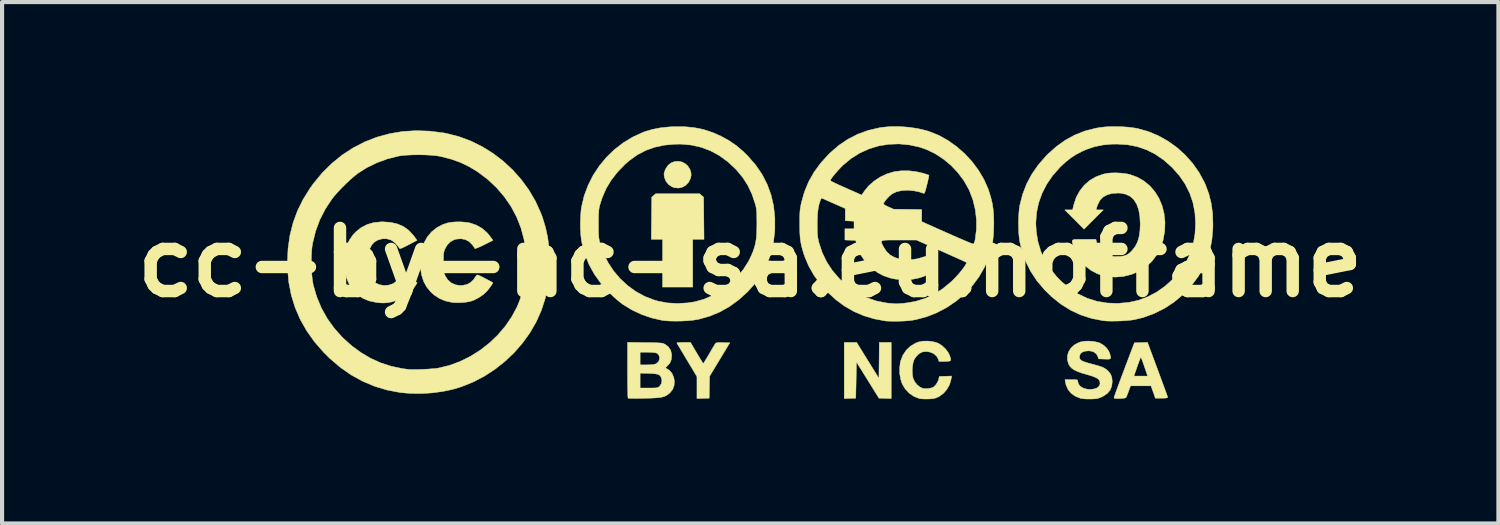
<source format=kicad_pcb>
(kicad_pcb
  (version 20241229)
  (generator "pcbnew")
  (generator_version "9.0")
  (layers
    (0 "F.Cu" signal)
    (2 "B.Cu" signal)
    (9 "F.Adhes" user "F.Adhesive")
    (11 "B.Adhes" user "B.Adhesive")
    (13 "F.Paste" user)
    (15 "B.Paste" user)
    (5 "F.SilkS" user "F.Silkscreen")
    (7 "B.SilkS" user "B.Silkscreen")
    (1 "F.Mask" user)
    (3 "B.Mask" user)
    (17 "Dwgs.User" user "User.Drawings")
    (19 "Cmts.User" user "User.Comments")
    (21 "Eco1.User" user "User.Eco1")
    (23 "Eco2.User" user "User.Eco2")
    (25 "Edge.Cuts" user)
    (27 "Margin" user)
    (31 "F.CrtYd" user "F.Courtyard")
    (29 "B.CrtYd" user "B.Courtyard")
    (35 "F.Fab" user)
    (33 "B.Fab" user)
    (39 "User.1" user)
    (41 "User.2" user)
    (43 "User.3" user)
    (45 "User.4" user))
  (footprint "cc-by-nc-sa.eu.noframe"
    (layer "F.Cu")
    (at 15.066 3.288)
    (property "Reference" "cc-by-nc-sa.eu.noframe" (at 0 0 0) (layer "F.SilkS") (effects (font (size 1.524 1.524) (thickness 0.3))))
    (attr through_hole)
    (fp_poly (pts (xy -1.174 -1.619) (xy -1.126 -1.578) (xy -1.121 -1.068) (xy -1.116 -0.559) (xy -1.389 -0.559) (xy -1.389 0.593) (xy -2.117 0.593) (xy -2.117 -0.559) (xy -2.389 -0.559) (xy -2.384 -1.068) (xy -2.379 -1.578) (xy -2.332 -1.619) (xy -2.284 -1.659) (xy -1.221 -1.659) (xy -1.174 -1.619)) (stroke (width 0.01) (type solid)) (fill yes) (layer "F.SilkS"))
    (fp_poly (pts (xy 2.838 2.364) (xy 3.107 2.798) (xy 3.112 2.364) (xy 3.116 1.93) (xy 3.404 1.93) (xy 3.404 3.286) (xy 3.256 3.281) (xy 3.108 3.277) (xy 2.837 2.841) (xy 2.565 2.404) (xy 2.557 2.841) (xy 2.548 3.277) (xy 2.269 3.286) (xy 2.269 1.93) (xy 2.569 1.93) (xy 2.838 2.364)) (stroke (width 0.01) (type solid)) (fill yes) (layer "F.SilkS"))
    (fp_poly (pts (xy -1.655 -2.428) (xy -1.575 -2.39) (xy -1.507 -2.33) (xy -1.456 -2.249) (xy -1.43 -2.164) (xy -1.428 -2.099) (xy -1.44 -2.037) (xy -1.486 -1.941) (xy -1.553 -1.868) (xy -1.636 -1.819) (xy -1.729 -1.797) (xy -1.827 -1.805) (xy -1.889 -1.827) (xy -1.972 -1.882) (xy -2.035 -1.961) (xy -2.073 -2.055) (xy -2.083 -2.135) (xy -2.075 -2.174) (xy -2.056 -2.228) (xy -2.039 -2.266) (xy -1.982 -2.349) (xy -1.909 -2.406) (xy -1.827 -2.437) (xy -1.74 -2.445) (xy -1.655 -2.428)) (stroke (width 0.01) (type solid)) (fill yes) (layer "F.SilkS"))
    (fp_poly (pts (xy -1.293 2.184) (xy -1.244 2.267) (xy -1.201 2.338) (xy -1.166 2.394) (xy -1.143 2.429) (xy -1.135 2.438) (xy -1.123 2.425) (xy -1.098 2.386) (xy -1.063 2.329) (xy -1.02 2.257) (xy -0.992 2.21) (xy -0.945 2.129) (xy -0.903 2.058) (xy -0.868 2.001) (xy -0.846 1.964) (xy -0.84 1.955) (xy -0.824 1.943) (xy -0.795 1.936) (xy -0.747 1.933) (xy -0.672 1.934) (xy -0.657 1.934) (xy -0.493 1.939) (xy -0.737 2.343) (xy -0.981 2.746) (xy -0.986 3.011) (xy -0.991 3.277) (xy -1.139 3.281) (xy -1.287 3.286) (xy -1.287 2.757) (xy -1.527 2.356) (xy -1.59 2.251) (xy -1.647 2.155) (xy -1.696 2.073) (xy -1.735 2.007) (xy -1.761 1.963) (xy -1.773 1.943) (xy -1.773 1.943) (xy -1.76 1.938) (xy -1.721 1.934) (xy -1.661 1.931) (xy -1.611 1.93) (xy -1.442 1.93) (xy -1.293 2.184)) (stroke (width 0.01) (type solid)) (fill yes) (layer "F.SilkS"))
    (fp_poly (pts (xy 9.834 2.578) (xy 9.886 2.719) (xy 9.935 2.851) (xy 9.978 2.97) (xy 10.016 3.072) (xy 10.046 3.155) (xy 10.067 3.214) (xy 10.078 3.247) (xy 10.079 3.251) (xy 10.076 3.264) (xy 10.057 3.271) (xy 10.017 3.275) (xy 9.951 3.277) (xy 9.933 3.277) (xy 9.782 3.277) (xy 9.73 3.128) (xy 9.677 2.98) (xy 9.43 2.98) (xy 9.182 2.98) (xy 9.135 3.111) (xy 9.111 3.175) (xy 9.09 3.228) (xy 9.074 3.26) (xy 9.072 3.264) (xy 9.049 3.273) (xy 9.003 3.28) (xy 8.944 3.284) (xy 8.883 3.286) (xy 8.829 3.284) (xy 8.792 3.278) (xy 8.783 3.272) (xy 8.787 3.254) (xy 8.802 3.208) (xy 8.827 3.137) (xy 8.86 3.044) (xy 8.901 2.933) (xy 8.948 2.807) (xy 8.972 2.743) (xy 9.264 2.743) (xy 9.596 2.743) (xy 9.518 2.515) (xy 9.49 2.433) (xy 9.465 2.365) (xy 9.446 2.314) (xy 9.434 2.288) (xy 9.432 2.286) (xy 9.424 2.301) (xy 9.407 2.343) (xy 9.383 2.405) (xy 9.355 2.482) (xy 9.344 2.515) (xy 9.264 2.743) (xy 8.972 2.743) (xy 8.999 2.67) (xy 9.026 2.599) (xy 9.276 1.939) (xy 9.435 1.934) (xy 9.593 1.93) (xy 9.834 2.578)) (stroke (width 0.01) (type solid)) (fill yes) (layer "F.SilkS"))
    (fp_poly (pts (xy 4.402 1.91) (xy 4.509 1.939) (xy 4.543 1.953) (xy 4.632 2.01) (xy 4.713 2.085) (xy 4.778 2.17) (xy 4.816 2.247) (xy 4.837 2.312) (xy 4.843 2.353) (xy 4.83 2.375) (xy 4.794 2.385) (xy 4.73 2.388) (xy 4.7 2.388) (xy 4.558 2.388) (xy 4.539 2.331) (xy 4.499 2.26) (xy 4.435 2.205) (xy 4.354 2.167) (xy 4.265 2.15) (xy 4.175 2.157) (xy 4.137 2.169) (xy 4.068 2.209) (xy 4.004 2.275) (xy 3.958 2.345) (xy 3.934 2.413) (xy 3.919 2.503) (xy 3.912 2.603) (xy 3.916 2.701) (xy 3.93 2.786) (xy 3.936 2.808) (xy 3.974 2.884) (xy 4.03 2.954) (xy 4.097 3.008) (xy 4.165 3.039) (xy 4.174 3.041) (xy 4.255 3.047) (xy 4.337 3.039) (xy 4.406 3.018) (xy 4.434 3.002) (xy 4.49 2.944) (xy 4.534 2.867) (xy 4.554 2.805) (xy 4.565 2.752) (xy 4.863 2.742) (xy 4.851 2.814) (xy 4.815 2.943) (xy 4.752 3.059) (xy 4.667 3.159) (xy 4.564 3.234) (xy 4.542 3.246) (xy 4.486 3.27) (xy 4.433 3.285) (xy 4.37 3.293) (xy 4.294 3.296) (xy 4.218 3.297) (xy 4.149 3.294) (xy 4.099 3.289) (xy 4.087 3.287) (xy 3.956 3.236) (xy 3.839 3.157) (xy 3.742 3.053) (xy 3.671 2.935) (xy 3.632 2.82) (xy 3.61 2.688) (xy 3.607 2.55) (xy 3.623 2.418) (xy 3.632 2.377) (xy 3.686 2.239) (xy 3.766 2.119) (xy 3.869 2.021) (xy 3.991 1.948) (xy 4.06 1.921) (xy 4.165 1.9) (xy 4.283 1.897) (xy 4.402 1.91)) (stroke (width 0.01) (type solid)) (fill yes) (layer "F.SilkS"))
    (fp_poly (pts (xy -8.686 -0.969) (xy -8.52 -0.931) (xy -8.374 -0.868) (xy -8.248 -0.777) (xy -8.138 -0.66) (xy -8.126 -0.644) (xy -8.046 -0.535) (xy -8.252 -0.427) (xy -8.335 -0.384) (xy -8.393 -0.356) (xy -8.431 -0.34) (xy -8.455 -0.335) (xy -8.468 -0.34) (xy -8.475 -0.349) (xy -8.519 -0.409) (xy -8.577 -0.471) (xy -8.639 -0.521) (xy -8.678 -0.544) (xy -8.779 -0.572) (xy -8.887 -0.571) (xy -8.992 -0.542) (xy -9.072 -0.496) (xy -9.135 -0.43) (xy -9.184 -0.34) (xy -9.217 -0.232) (xy -9.237 -0.113) (xy -9.241 0.011) (xy -9.231 0.134) (xy -9.207 0.25) (xy -9.169 0.353) (xy -9.116 0.436) (xy -9.061 0.486) (xy -8.961 0.534) (xy -8.85 0.555) (xy -8.736 0.548) (xy -8.63 0.513) (xy -8.616 0.505) (xy -8.566 0.47) (xy -8.513 0.42) (xy -8.466 0.365) (xy -8.435 0.316) (xy -8.429 0.303) (xy -8.412 0.301) (xy -8.366 0.317) (xy -8.295 0.351) (xy -8.237 0.381) (xy -8.166 0.419) (xy -8.106 0.451) (xy -8.064 0.474) (xy -8.045 0.485) (xy -8.045 0.485) (xy -8.05 0.501) (xy -8.071 0.537) (xy -8.102 0.584) (xy -8.103 0.585) (xy -8.214 0.718) (xy -8.346 0.825) (xy -8.497 0.904) (xy -8.663 0.954) (xy -8.68 0.957) (xy -8.772 0.972) (xy -8.848 0.978) (xy -8.924 0.976) (xy -9.014 0.967) (xy -9.034 0.964) (xy -9.206 0.927) (xy -9.358 0.862) (xy -9.49 0.772) (xy -9.6 0.657) (xy -9.687 0.521) (xy -9.751 0.363) (xy -9.789 0.186) (xy -9.802 -0.008) (xy -9.8 -0.075) (xy -9.781 -0.252) (xy -9.743 -0.404) (xy -9.681 -0.539) (xy -9.596 -0.661) (xy -9.526 -0.737) (xy -9.397 -0.841) (xy -9.253 -0.916) (xy -9.092 -0.963) (xy -8.912 -0.981) (xy -8.874 -0.982) (xy -8.686 -0.969)) (stroke (width 0.01) (type solid)) (fill yes) (layer "F.SilkS"))
    (fp_poly (pts (xy -6.873 -0.972) (xy -6.777 -0.957) (xy -6.777 -0.957) (xy -6.615 -0.903) (xy -6.473 -0.822) (xy -6.351 -0.714) (xy -6.287 -0.636) (xy -6.212 -0.535) (xy -6.429 -0.426) (xy -6.52 -0.382) (xy -6.59 -0.352) (xy -6.634 -0.337) (xy -6.652 -0.338) (xy -6.652 -0.338) (xy -6.665 -0.362) (xy -6.692 -0.402) (xy -6.712 -0.429) (xy -6.79 -0.506) (xy -6.884 -0.555) (xy -6.989 -0.574) (xy -7.101 -0.563) (xy -7.148 -0.55) (xy -7.241 -0.499) (xy -7.318 -0.42) (xy -7.369 -0.332) (xy -7.385 -0.294) (xy -7.396 -0.256) (xy -7.403 -0.211) (xy -7.407 -0.151) (xy -7.408 -0.07) (xy -7.408 -0.008) (xy -7.408 0.089) (xy -7.406 0.16) (xy -7.401 0.212) (xy -7.392 0.254) (xy -7.379 0.291) (xy -7.368 0.318) (xy -7.306 0.417) (xy -7.223 0.491) (xy -7.122 0.538) (xy -7.008 0.557) (xy -6.942 0.553) (xy -6.842 0.531) (xy -6.758 0.486) (xy -6.683 0.416) (xy -6.614 0.316) (xy -6.612 0.314) (xy -6.602 0.303) (xy -6.586 0.301) (xy -6.558 0.309) (xy -6.514 0.329) (xy -6.447 0.362) (xy -6.409 0.382) (xy -6.338 0.42) (xy -6.278 0.452) (xy -6.235 0.474) (xy -6.217 0.485) (xy -6.216 0.485) (xy -6.22 0.502) (xy -6.241 0.537) (xy -6.273 0.585) (xy -6.313 0.637) (xy -6.354 0.688) (xy -6.363 0.698) (xy -6.449 0.777) (xy -6.555 0.849) (xy -6.667 0.907) (xy -6.73 0.93) (xy -6.851 0.957) (xy -6.988 0.971) (xy -7.124 0.971) (xy -7.194 0.965) (xy -7.357 0.93) (xy -7.499 0.872) (xy -7.629 0.788) (xy -7.714 0.712) (xy -7.812 0.594) (xy -7.886 0.459) (xy -7.936 0.303) (xy -7.965 0.124) (xy -7.969 0.068) (xy -7.966 -0.126) (xy -7.936 -0.305) (xy -7.88 -0.469) (xy -7.799 -0.614) (xy -7.695 -0.739) (xy -7.568 -0.841) (xy -7.422 -0.918) (xy -7.306 -0.956) (xy -7.216 -0.972) (xy -7.105 -0.98) (xy -6.987 -0.98) (xy -6.873 -0.972)) (stroke (width 0.01) (type solid)) (fill yes) (layer "F.SilkS"))
    (fp_poly (pts (xy 8.954 -2.158) (xy 9.073 -2.144) (xy 9.168 -2.125) (xy 9.348 -2.059) (xy 9.509 -1.966) (xy 9.651 -1.848) (xy 9.772 -1.708) (xy 9.87 -1.549) (xy 9.944 -1.372) (xy 9.993 -1.18) (xy 10.015 -0.976) (xy 10.008 -0.762) (xy 10.006 -0.745) (xy 9.968 -0.536) (xy 9.902 -0.345) (xy 9.81 -0.174) (xy 9.694 -0.023) (xy 9.555 0.105) (xy 9.394 0.209) (xy 9.214 0.286) (xy 9.015 0.336) (xy 9.003 0.338) (xy 8.815 0.353) (xy 8.625 0.34) (xy 8.56 0.328) (xy 8.387 0.274) (xy 8.23 0.192) (xy 8.09 0.084) (xy 7.971 -0.046) (xy 7.877 -0.197) (xy 7.81 -0.364) (xy 7.799 -0.402) (xy 7.784 -0.458) (xy 7.775 -0.499) (xy 7.776 -0.527) (xy 7.792 -0.545) (xy 7.826 -0.555) (xy 7.882 -0.558) (xy 7.965 -0.559) (xy 8.06 -0.559) (xy 8.347 -0.559) (xy 8.358 -0.512) (xy 8.388 -0.402) (xy 8.427 -0.319) (xy 8.478 -0.256) (xy 8.547 -0.207) (xy 8.583 -0.188) (xy 8.633 -0.167) (xy 8.679 -0.154) (xy 8.733 -0.147) (xy 8.804 -0.144) (xy 8.848 -0.144) (xy 8.954 -0.148) (xy 9.036 -0.162) (xy 9.103 -0.189) (xy 9.165 -0.234) (xy 9.222 -0.291) (xy 9.297 -0.388) (xy 9.353 -0.498) (xy 9.39 -0.626) (xy 9.411 -0.775) (xy 9.417 -0.931) (xy 9.407 -1.12) (xy 9.378 -1.28) (xy 9.329 -1.413) (xy 9.261 -1.519) (xy 9.173 -1.598) (xy 9.066 -1.649) (xy 8.938 -1.674) (xy 8.88 -1.676) (xy 8.735 -1.666) (xy 8.614 -1.633) (xy 8.517 -1.578) (xy 8.442 -1.498) (xy 8.388 -1.393) (xy 8.368 -1.333) (xy 8.351 -1.27) (xy 8.526 -1.27) (xy 8.293 -1.037) (xy 8.06 -0.804) (xy 7.595 -1.27) (xy 7.783 -1.27) (xy 7.811 -1.388) (xy 7.87 -1.568) (xy 7.956 -1.728) (xy 8.065 -1.866) (xy 8.197 -1.981) (xy 8.349 -2.07) (xy 8.519 -2.132) (xy 8.611 -2.152) (xy 8.71 -2.162) (xy 8.829 -2.164) (xy 8.954 -2.158)) (stroke (width 0.01) (type solid)) (fill yes) (layer "F.SilkS"))
    (fp_poly (pts (xy -2.544 1.934) (xy -2.414 1.935) (xy -2.313 1.937) (xy -2.237 1.94) (xy -2.181 1.943) (xy -2.139 1.948) (xy -2.109 1.954) (xy -2.084 1.963) (xy -2.06 1.975) (xy -2.049 1.981) (xy -1.971 2.043) (xy -1.92 2.124) (xy -1.898 2.222) (xy -1.897 2.248) (xy -1.908 2.351) (xy -1.942 2.433) (xy -2 2.496) (xy -2.033 2.528) (xy -2.041 2.548) (xy -2.037 2.551) (xy -1.953 2.602) (xy -1.889 2.678) (xy -1.847 2.775) (xy -1.832 2.856) (xy -1.838 2.968) (xy -1.874 3.066) (xy -1.941 3.148) (xy -1.951 3.157) (xy -1.993 3.191) (xy -2.035 3.218) (xy -2.082 3.238) (xy -2.138 3.253) (xy -2.208 3.264) (xy -2.297 3.271) (xy -2.411 3.276) (xy -2.553 3.28) (xy -2.557 3.28) (xy -2.667 3.282) (xy -2.766 3.283) (xy -2.849 3.282) (xy -2.91 3.28) (xy -2.945 3.277) (xy -2.951 3.276) (xy -2.953 3.256) (xy -2.956 3.207) (xy -2.958 3.131) (xy -2.96 3.032) (xy -2.96 3.031) (xy -2.659 3.031) (xy -2.446 3.031) (xy -2.357 3.031) (xy -2.296 3.029) (xy -2.255 3.025) (xy -2.228 3.017) (xy -2.207 3.004) (xy -2.186 2.985) (xy -2.183 2.982) (xy -2.143 2.919) (xy -2.133 2.846) (xy -2.152 2.773) (xy -2.172 2.739) (xy -2.2 2.714) (xy -2.242 2.698) (xy -2.303 2.687) (xy -2.389 2.681) (xy -2.451 2.678) (xy -2.659 2.672) (xy -2.659 3.031) (xy -2.96 3.031) (xy -2.962 2.915) (xy -2.963 2.782) (xy -2.963 2.637) (xy -2.963 2.595) (xy -2.963 2.167) (xy -2.659 2.167) (xy -2.659 2.472) (xy -2.493 2.472) (xy -2.402 2.47) (xy -2.336 2.463) (xy -2.287 2.451) (xy -2.269 2.443) (xy -2.22 2.402) (xy -2.194 2.348) (xy -2.19 2.289) (xy -2.209 2.234) (xy -2.251 2.193) (xy -2.263 2.187) (xy -2.297 2.179) (xy -2.356 2.172) (xy -2.429 2.168) (xy -2.482 2.167) (xy -2.659 2.167) (xy -2.963 2.167) (xy -2.963 1.928) (xy -2.544 1.934)) (stroke (width 0.01) (type solid)) (fill yes) (layer "F.SilkS"))
    (fp_poly (pts (xy 8.303 1.909) (xy 8.407 1.932) (xy 8.446 1.947) (xy 8.534 1.999) (xy 8.609 2.07) (xy 8.663 2.152) (xy 8.685 2.209) (xy 8.699 2.269) (xy 8.703 2.307) (xy 8.69 2.327) (xy 8.655 2.335) (xy 8.595 2.334) (xy 8.558 2.333) (xy 8.412 2.328) (xy 8.393 2.27) (xy 8.355 2.204) (xy 8.292 2.159) (xy 8.208 2.136) (xy 8.167 2.134) (xy 8.074 2.143) (xy 8.006 2.172) (xy 7.964 2.218) (xy 7.951 2.28) (xy 7.954 2.31) (xy 7.965 2.336) (xy 7.987 2.36) (xy 8.027 2.383) (xy 8.087 2.406) (xy 8.173 2.432) (xy 8.287 2.462) (xy 8.289 2.463) (xy 8.399 2.493) (xy 8.483 2.521) (xy 8.546 2.549) (xy 8.597 2.581) (xy 8.641 2.621) (xy 8.648 2.627) (xy 8.7 2.695) (xy 8.73 2.768) (xy 8.74 2.859) (xy 8.741 2.879) (xy 8.728 2.99) (xy 8.69 3.083) (xy 8.624 3.16) (xy 8.528 3.226) (xy 8.504 3.238) (xy 8.448 3.264) (xy 8.4 3.281) (xy 8.349 3.29) (xy 8.283 3.295) (xy 8.222 3.297) (xy 8.127 3.297) (xy 8.043 3.291) (xy 7.98 3.281) (xy 7.974 3.28) (xy 7.849 3.23) (xy 7.747 3.158) (xy 7.672 3.065) (xy 7.624 2.954) (xy 7.612 2.9) (xy 7.6 2.828) (xy 7.754 2.828) (xy 7.827 2.828) (xy 7.872 2.831) (xy 7.896 2.837) (xy 7.906 2.848) (xy 7.908 2.863) (xy 7.924 2.932) (xy 7.968 2.989) (xy 8.037 3.032) (xy 8.126 3.058) (xy 8.204 3.065) (xy 8.299 3.055) (xy 8.373 3.029) (xy 8.423 2.987) (xy 8.447 2.933) (xy 8.441 2.87) (xy 8.44 2.867) (xy 8.418 2.829) (xy 8.377 2.796) (xy 8.313 2.765) (xy 8.223 2.733) (xy 8.14 2.709) (xy 8.004 2.67) (xy 7.898 2.631) (xy 7.817 2.592) (xy 7.757 2.548) (xy 7.714 2.498) (xy 7.686 2.449) (xy 7.657 2.348) (xy 7.66 2.247) (xy 7.69 2.15) (xy 7.747 2.063) (xy 7.827 1.99) (xy 7.928 1.935) (xy 7.974 1.919) (xy 8.073 1.901) (xy 8.187 1.898) (xy 8.303 1.909)) (stroke (width 0.01) (type solid)) (fill yes) (layer "F.SilkS"))
    (fp_poly (pts (xy 8.957 -3.279) (xy 9.132 -3.267) (xy 9.292 -3.246) (xy 9.356 -3.234) (xy 9.61 -3.163) (xy 9.855 -3.061) (xy 10.088 -2.93) (xy 10.306 -2.774) (xy 10.505 -2.593) (xy 10.684 -2.392) (xy 10.839 -2.171) (xy 10.967 -1.934) (xy 10.992 -1.878) (xy 11.075 -1.654) (xy 11.132 -1.423) (xy 11.165 -1.179) (xy 11.173 -0.918) (xy 11.171 -0.823) (xy 11.148 -0.554) (xy 11.102 -0.305) (xy 11.03 -0.073) (xy 10.931 0.147) (xy 10.813 0.345) (xy 10.642 0.573) (xy 10.447 0.777) (xy 10.233 0.957) (xy 10 1.109) (xy 9.752 1.233) (xy 9.491 1.328) (xy 9.278 1.38) (xy 9.192 1.393) (xy 9.083 1.403) (xy 8.96 1.411) (xy 8.833 1.415) (xy 8.711 1.416) (xy 8.603 1.413) (xy 8.519 1.405) (xy 8.517 1.405) (xy 8.243 1.351) (xy 7.984 1.268) (xy 7.737 1.153) (xy 7.504 1.008) (xy 7.282 0.831) (xy 7.104 0.657) (xy 6.924 0.445) (xy 6.776 0.222) (xy 6.657 -0.015) (xy 6.565 -0.269) (xy 6.508 -0.502) (xy 6.493 -0.608) (xy 6.482 -0.738) (xy 6.478 -0.882) (xy 6.478 -0.953) (xy 6.896 -0.953) (xy 6.907 -0.745) (xy 6.948 -0.498) (xy 7.017 -0.267) (xy 7.116 -0.05) (xy 7.245 0.154) (xy 7.406 0.349) (xy 7.508 0.454) (xy 7.706 0.622) (xy 7.916 0.759) (xy 8.138 0.864) (xy 8.371 0.937) (xy 8.615 0.978) (xy 8.87 0.988) (xy 9.136 0.965) (xy 9.152 0.962) (xy 9.379 0.911) (xy 9.6 0.828) (xy 9.815 0.714) (xy 10.019 0.57) (xy 10.21 0.398) (xy 10.238 0.371) (xy 10.398 0.183) (xy 10.528 -0.015) (xy 10.628 -0.224) (xy 10.698 -0.448) (xy 10.739 -0.688) (xy 10.753 -0.947) (xy 10.753 -0.947) (xy 10.737 -1.202) (xy 10.69 -1.445) (xy 10.611 -1.676) (xy 10.501 -1.894) (xy 10.359 -2.101) (xy 10.185 -2.296) (xy 10.178 -2.303) (xy 9.985 -2.474) (xy 9.783 -2.613) (xy 9.571 -2.72) (xy 9.347 -2.797) (xy 9.109 -2.843) (xy 8.856 -2.859) (xy 8.73 -2.857) (xy 8.511 -2.837) (xy 8.31 -2.795) (xy 8.116 -2.729) (xy 8.016 -2.685) (xy 7.872 -2.61) (xy 7.744 -2.528) (xy 7.621 -2.431) (xy 7.493 -2.313) (xy 7.476 -2.295) (xy 7.302 -2.098) (xy 7.158 -1.888) (xy 7.045 -1.666) (xy 6.963 -1.435) (xy 6.913 -1.197) (xy 6.896 -0.953) (xy 6.478 -0.953) (xy 6.478 -1.03) (xy 6.485 -1.172) (xy 6.496 -1.298) (xy 6.508 -1.377) (xy 6.576 -1.642) (xy 6.671 -1.891) (xy 6.796 -2.127) (xy 6.951 -2.351) (xy 7.138 -2.566) (xy 7.179 -2.609) (xy 7.389 -2.797) (xy 7.608 -2.954) (xy 7.839 -3.08) (xy 8.083 -3.176) (xy 8.343 -3.242) (xy 8.452 -3.261) (xy 8.605 -3.277) (xy 8.777 -3.282) (xy 8.957 -3.279)) (stroke (width 0.01) (type solid)) (fill yes) (layer "F.SilkS"))
    (fp_poly (pts (xy -1.588 -3.279) (xy -1.35 -3.256) (xy -1.126 -3.21) (xy -0.908 -3.139) (xy -0.703 -3.048) (xy -0.513 -2.943) (xy -0.339 -2.824) (xy -0.172 -2.683) (xy -0.051 -2.563) (xy 0.135 -2.348) (xy 0.289 -2.122) (xy 0.411 -1.883) (xy 0.503 -1.631) (xy 0.564 -1.366) (xy 0.594 -1.086) (xy 0.594 -0.792) (xy 0.591 -0.741) (xy 0.557 -0.462) (xy 0.495 -0.201) (xy 0.403 0.044) (xy 0.281 0.275) (xy 0.128 0.493) (xy -0.056 0.7) (xy -0.067 0.711) (xy -0.281 0.904) (xy -0.503 1.065) (xy -0.737 1.196) (xy -0.984 1.298) (xy -1.248 1.372) (xy -1.262 1.375) (xy -1.374 1.393) (xy -1.509 1.406) (xy -1.658 1.414) (xy -1.81 1.416) (xy -1.954 1.413) (xy -2.081 1.403) (xy -2.132 1.396) (xy -2.378 1.34) (xy -2.623 1.256) (xy -2.859 1.145) (xy -3.076 1.012) (xy -3.089 1.003) (xy -3.152 0.954) (xy -3.23 0.889) (xy -3.313 0.814) (xy -3.393 0.738) (xy -3.412 0.72) (xy -3.604 0.507) (xy -3.763 0.285) (xy -3.892 0.051) (xy -3.991 -0.196) (xy -4.061 -0.458) (xy -4.075 -0.53) (xy -4.091 -0.658) (xy -4.1 -0.807) (xy -4.102 -0.931) (xy -3.665 -0.931) (xy -3.665 -0.811) (xy -3.663 -0.718) (xy -3.66 -0.646) (xy -3.654 -0.587) (xy -3.645 -0.535) (xy -3.633 -0.484) (xy -3.628 -0.464) (xy -3.547 -0.228) (xy -3.437 -0.005) (xy -3.301 0.202) (xy -3.142 0.39) (xy -2.961 0.557) (xy -2.763 0.701) (xy -2.549 0.818) (xy -2.322 0.906) (xy -2.229 0.933) (xy -1.999 0.976) (xy -1.757 0.99) (xy -1.513 0.976) (xy -1.34 0.949) (xy -1.116 0.886) (xy -0.898 0.792) (xy -0.691 0.671) (xy -0.498 0.525) (xy -0.323 0.358) (xy -0.17 0.173) (xy -0.042 -0.027) (xy 0.027 -0.169) (xy 0.072 -0.278) (xy 0.105 -0.378) (xy 0.129 -0.476) (xy 0.146 -0.582) (xy 0.155 -0.701) (xy 0.159 -0.842) (xy 0.16 -0.94) (xy 0.159 -1.063) (xy 0.157 -1.158) (xy 0.153 -1.232) (xy 0.147 -1.292) (xy 0.139 -1.343) (xy 0.127 -1.393) (xy 0.123 -1.406) (xy 0.044 -1.643) (xy -0.057 -1.858) (xy -0.182 -2.054) (xy -0.335 -2.237) (xy -0.349 -2.252) (xy -0.542 -2.433) (xy -0.745 -2.581) (xy -0.96 -2.697) (xy -1.186 -2.782) (xy -1.424 -2.835) (xy -1.675 -2.858) (xy -1.82 -2.856) (xy -2.075 -2.833) (xy -2.31 -2.782) (xy -2.528 -2.704) (xy -2.731 -2.597) (xy -2.922 -2.459) (xy -3.025 -2.369) (xy -3.207 -2.181) (xy -3.358 -1.987) (xy -3.48 -1.784) (xy -3.574 -1.567) (xy -3.628 -1.4) (xy -3.641 -1.347) (xy -3.651 -1.296) (xy -3.658 -1.24) (xy -3.662 -1.174) (xy -3.664 -1.09) (xy -3.665 -0.981) (xy -3.665 -0.931) (xy -4.102 -0.931) (xy -4.102 -0.967) (xy -4.096 -1.125) (xy -4.084 -1.27) (xy -4.073 -1.346) (xy -4.01 -1.61) (xy -3.916 -1.863) (xy -3.794 -2.105) (xy -3.645 -2.331) (xy -3.473 -2.539) (xy -3.278 -2.728) (xy -3.063 -2.893) (xy -2.831 -3.033) (xy -2.584 -3.145) (xy -2.526 -3.166) (xy -2.351 -3.217) (xy -2.162 -3.253) (xy -1.951 -3.274) (xy -1.846 -3.28) (xy -1.588 -3.279)) (stroke (width 0.01) (type solid)) (fill yes) (layer "F.SilkS"))
    (fp_poly (pts (xy -7.74 -3.172) (xy -7.403 -3.129) (xy -7.324 -3.114) (xy -7.029 -3.038) (xy -6.742 -2.931) (xy -6.468 -2.795) (xy -6.207 -2.632) (xy -5.962 -2.445) (xy -5.735 -2.234) (xy -5.53 -2.003) (xy -5.347 -1.753) (xy -5.19 -1.486) (xy -5.061 -1.205) (xy -5.014 -1.079) (xy -4.941 -0.836) (xy -4.889 -0.593) (xy -4.858 -0.342) (xy -4.846 -0.076) (xy -4.848 0.11) (xy -4.856 0.289) (xy -4.869 0.445) (xy -4.89 0.591) (xy -4.919 0.736) (xy -4.954 0.88) (xy -5.046 1.162) (xy -5.168 1.435) (xy -5.319 1.695) (xy -5.496 1.942) (xy -5.697 2.173) (xy -5.918 2.384) (xy -6.159 2.575) (xy -6.416 2.743) (xy -6.688 2.885) (xy -6.971 2.999) (xy -7.192 3.066) (xy -7.427 3.115) (xy -7.68 3.149) (xy -7.939 3.165) (xy -8.194 3.163) (xy -8.432 3.143) (xy -8.45 3.141) (xy -8.765 3.081) (xy -9.068 2.991) (xy -9.358 2.869) (xy -9.636 2.716) (xy -9.901 2.531) (xy -10.154 2.315) (xy -10.304 2.166) (xy -10.523 1.914) (xy -10.71 1.651) (xy -10.865 1.378) (xy -10.988 1.093) (xy -11.081 0.796) (xy -11.142 0.485) (xy -11.172 0.161) (xy -11.176 -0.000444) (xy -11.175 -0.011) (xy -10.598 -0.011) (xy -10.595 0.138) (xy -10.587 0.283) (xy -10.574 0.414) (xy -10.556 0.523) (xy -10.552 0.543) (xy -10.469 0.828) (xy -10.355 1.1) (xy -10.212 1.356) (xy -10.04 1.595) (xy -9.841 1.816) (xy -9.616 2.018) (xy -9.395 2.179) (xy -9.164 2.315) (xy -8.924 2.423) (xy -8.672 2.505) (xy -8.401 2.562) (xy -8.263 2.581) (xy -8.201 2.585) (xy -8.112 2.586) (xy -8.007 2.584) (xy -7.894 2.58) (xy -7.78 2.574) (xy -7.674 2.566) (xy -7.585 2.558) (xy -7.531 2.55) (xy -7.265 2.485) (xy -7.006 2.39) (xy -6.757 2.266) (xy -6.52 2.117) (xy -6.299 1.945) (xy -6.097 1.752) (xy -5.916 1.541) (xy -5.761 1.314) (xy -5.632 1.075) (xy -5.566 0.914) (xy -5.494 0.68) (xy -5.445 0.427) (xy -5.417 0.163) (xy -5.413 -0.103) (xy -5.432 -0.365) (xy -5.463 -0.559) (xy -5.536 -0.832) (xy -5.64 -1.096) (xy -5.773 -1.347) (xy -5.936 -1.584) (xy -6.124 -1.804) (xy -6.338 -2.005) (xy -6.576 -2.185) (xy -6.588 -2.194) (xy -6.791 -2.316) (xy -7 -2.416) (xy -7.225 -2.496) (xy -7.473 -2.56) (xy -7.475 -2.561) (xy -7.581 -2.578) (xy -7.712 -2.59) (xy -7.858 -2.598) (xy -8.012 -2.601) (xy -8.165 -2.598) (xy -8.307 -2.591) (xy -8.43 -2.579) (xy -8.492 -2.569) (xy -8.762 -2.501) (xy -9.023 -2.405) (xy -9.269 -2.284) (xy -9.47 -2.156) (xy -9.555 -2.09) (xy -9.653 -2.005) (xy -9.759 -1.906) (xy -9.864 -1.802) (xy -9.962 -1.698) (xy -10.046 -1.602) (xy -10.095 -1.541) (xy -10.26 -1.292) (xy -10.393 -1.032) (xy -10.494 -0.759) (xy -10.565 -0.474) (xy -10.578 -0.398) (xy -10.59 -0.289) (xy -10.597 -0.157) (xy -10.598 -0.011) (xy -11.175 -0.011) (xy -11.161 -0.332) (xy -11.116 -0.649) (xy -11.041 -0.953) (xy -10.934 -1.245) (xy -10.795 -1.527) (xy -10.624 -1.8) (xy -10.549 -1.905) (xy -10.335 -2.163) (xy -10.102 -2.394) (xy -9.853 -2.596) (xy -9.587 -2.769) (xy -9.307 -2.913) (xy -9.014 -3.027) (xy -8.71 -3.11) (xy -8.395 -3.163) (xy -8.071 -3.183) (xy -7.74 -3.172)) (stroke (width 0.01) (type solid)) (fill yes) (layer "F.SilkS"))
    (fp_poly (pts (xy 3.825 -3.266) (xy 4.049 -3.233) (xy 4.258 -3.183) (xy 4.318 -3.164) (xy 4.549 -3.072) (xy 4.771 -2.949) (xy 4.982 -2.8) (xy 5.178 -2.628) (xy 5.356 -2.436) (xy 5.512 -2.227) (xy 5.643 -2.006) (xy 5.745 -1.775) (xy 5.764 -1.72) (xy 5.809 -1.573) (xy 5.842 -1.436) (xy 5.864 -1.299) (xy 5.877 -1.152) (xy 5.882 -0.983) (xy 5.882 -0.94) (xy 5.876 -0.714) (xy 5.857 -0.513) (xy 5.821 -0.327) (xy 5.768 -0.148) (xy 5.696 0.03) (xy 5.659 0.11) (xy 5.526 0.342) (xy 5.366 0.558) (xy 5.181 0.755) (xy 4.975 0.931) (xy 4.75 1.084) (xy 4.51 1.211) (xy 4.259 1.31) (xy 3.998 1.38) (xy 3.895 1.398) (xy 3.813 1.407) (xy 3.71 1.414) (xy 3.596 1.418) (xy 3.481 1.42) (xy 3.375 1.418) (xy 3.288 1.414) (xy 3.26 1.411) (xy 2.997 1.362) (xy 2.741 1.286) (xy 2.502 1.183) (xy 2.498 1.181) (xy 2.274 1.052) (xy 2.063 0.895) (xy 1.868 0.717) (xy 1.692 0.519) (xy 1.538 0.307) (xy 1.411 0.084) (xy 1.313 -0.146) (xy 1.298 -0.191) (xy 1.262 -0.307) (xy 1.236 -0.409) (xy 1.217 -0.507) (xy 1.204 -0.608) (xy 1.197 -0.723) (xy 1.194 -0.858) (xy 1.194 -0.923) (xy 1.618 -0.923) (xy 1.619 -0.808) (xy 1.621 -0.72) (xy 1.626 -0.649) (xy 1.635 -0.587) (xy 1.647 -0.527) (xy 1.658 -0.483) (xy 1.737 -0.241) (xy 1.845 -0.016) (xy 1.983 0.194) (xy 2.152 0.39) (xy 2.174 0.413) (xy 2.371 0.588) (xy 2.58 0.732) (xy 2.803 0.845) (xy 3.038 0.927) (xy 3.287 0.978) (xy 3.508 0.997) (xy 3.551 0.996) (xy 3.618 0.992) (xy 3.696 0.986) (xy 3.741 0.981) (xy 3.985 0.941) (xy 4.217 0.87) (xy 4.436 0.769) (xy 4.645 0.636) (xy 4.845 0.471) (xy 4.904 0.415) (xy 4.974 0.342) (xy 5.042 0.267) (xy 5.103 0.193) (xy 5.155 0.124) (xy 5.194 0.066) (xy 5.217 0.023) (xy 5.221 -0.000245) (xy 5.219 -0.002) (xy 5.202 -0.011) (xy 5.156 -0.032) (xy 5.087 -0.064) (xy 4.997 -0.105) (xy 4.889 -0.153) (xy 4.768 -0.207) (xy 4.637 -0.266) (xy 4.61 -0.277) (xy 4.013 -0.542) (xy 3.59 -0.542) (xy 3.453 -0.542) (xy 3.347 -0.542) (xy 3.269 -0.539) (xy 3.215 -0.533) (xy 3.182 -0.523) (xy 3.168 -0.506) (xy 3.169 -0.482) (xy 3.182 -0.448) (xy 3.204 -0.405) (xy 3.218 -0.376) (xy 3.287 -0.269) (xy 3.375 -0.185) (xy 3.482 -0.124) (xy 3.601 -0.085) (xy 3.738 -0.066) (xy 3.885 -0.067) (xy 4.033 -0.089) (xy 4.141 -0.119) (xy 4.193 -0.136) (xy 4.23 -0.146) (xy 4.244 -0.148) (xy 4.249 -0.131) (xy 4.259 -0.089) (xy 4.272 -0.029) (xy 4.288 0.04) (xy 4.304 0.112) (xy 4.318 0.177) (xy 4.329 0.229) (xy 4.334 0.259) (xy 4.335 0.263) (xy 4.32 0.278) (xy 4.28 0.299) (xy 4.222 0.323) (xy 4.154 0.349) (xy 4.082 0.372) (xy 4.069 0.375) (xy 3.939 0.402) (xy 3.791 0.414) (xy 3.637 0.414) (xy 3.491 0.399) (xy 3.379 0.375) (xy 3.217 0.319) (xy 3.077 0.245) (xy 2.948 0.149) (xy 2.87 0.077) (xy 2.76 -0.046) (xy 2.677 -0.171) (xy 2.614 -0.307) (xy 2.581 -0.406) (xy 2.544 -0.533) (xy 2.415 -0.538) (xy 2.286 -0.543) (xy 2.286 -0.813) (xy 2.506 -0.813) (xy 2.506 -0.997) (xy 2.4 -1.002) (xy 2.294 -1.008) (xy 2.294 -1.303) (xy 2.007 -1.43) (xy 1.719 -1.557) (xy 1.698 -1.511) (xy 1.665 -1.418) (xy 1.642 -1.311) (xy 1.626 -1.182) (xy 1.619 -1.028) (xy 1.618 -0.923) (xy 1.194 -0.923) (xy 1.194 -0.931) (xy 1.194 -1.054) (xy 1.196 -1.151) (xy 1.2 -1.229) (xy 1.207 -1.296) (xy 1.217 -1.36) (xy 1.231 -1.428) (xy 1.233 -1.439) (xy 1.307 -1.7) (xy 1.408 -1.945) (xy 1.427 -1.979) (xy 1.934 -1.979) (xy 1.934 -1.978) (xy 1.951 -1.965) (xy 1.993 -1.943) (xy 2.054 -1.913) (xy 2.128 -1.878) (xy 2.142 -1.872) (xy 2.241 -1.828) (xy 2.348 -1.78) (xy 2.451 -1.735) (xy 2.519 -1.705) (xy 2.692 -1.628) (xy 2.753 -1.72) (xy 2.857 -1.849) (xy 2.988 -1.964) (xy 3.138 -2.063) (xy 3.302 -2.14) (xy 3.472 -2.191) (xy 3.488 -2.194) (xy 3.651 -2.214) (xy 3.828 -2.214) (xy 4.007 -2.193) (xy 4.157 -2.159) (xy 4.224 -2.139) (xy 4.277 -2.122) (xy 4.309 -2.111) (xy 4.316 -2.108) (xy 4.314 -2.09) (xy 4.306 -2.045) (xy 4.291 -1.98) (xy 4.273 -1.901) (xy 4.267 -1.879) (xy 4.244 -1.789) (xy 4.226 -1.727) (xy 4.212 -1.689) (xy 4.2 -1.671) (xy 4.188 -1.668) (xy 4.185 -1.669) (xy 4.073 -1.707) (xy 3.944 -1.732) (xy 3.815 -1.744) (xy 3.792 -1.744) (xy 3.651 -1.735) (xy 3.533 -1.708) (xy 3.434 -1.661) (xy 3.401 -1.637) (xy 3.352 -1.595) (xy 3.303 -1.544) (xy 3.26 -1.492) (xy 3.229 -1.446) (xy 3.217 -1.416) (xy 3.217 -1.416) (xy 3.232 -1.399) (xy 3.27 -1.375) (xy 3.325 -1.348) (xy 3.34 -1.341) (xy 3.463 -1.287) (xy 3.802 -1.283) (xy 4.14 -1.278) (xy 4.14 -0.987) (xy 4.75 -0.715) (xy 4.885 -0.655) (xy 5.011 -0.6) (xy 5.124 -0.551) (xy 5.221 -0.51) (xy 5.299 -0.478) (xy 5.354 -0.456) (xy 5.382 -0.446) (xy 5.385 -0.446) (xy 5.405 -0.465) (xy 5.423 -0.518) (xy 5.43 -0.551) (xy 5.461 -0.791) (xy 5.462 -1.036) (xy 5.433 -1.281) (xy 5.375 -1.519) (xy 5.288 -1.744) (xy 5.276 -1.77) (xy 5.159 -1.976) (xy 5.015 -2.168) (xy 4.85 -2.343) (xy 4.666 -2.496) (xy 4.467 -2.626) (xy 4.258 -2.727) (xy 4.096 -2.784) (xy 3.844 -2.839) (xy 3.593 -2.863) (xy 3.345 -2.854) (xy 3.103 -2.815) (xy 2.87 -2.744) (xy 2.648 -2.644) (xy 2.439 -2.514) (xy 2.248 -2.356) (xy 2.189 -2.298) (xy 2.128 -2.233) (xy 2.069 -2.166) (xy 2.015 -2.102) (xy 1.972 -2.046) (xy 1.944 -2.003) (xy 1.934 -1.979) (xy 1.427 -1.979) (xy 1.538 -2.177) (xy 1.699 -2.398) (xy 1.892 -2.611) (xy 1.926 -2.644) (xy 2.136 -2.826) (xy 2.359 -2.977) (xy 2.598 -3.099) (xy 2.852 -3.191) (xy 3.124 -3.254) (xy 3.175 -3.262) (xy 3.378 -3.282) (xy 3.598 -3.283) (xy 3.825 -3.266)) (stroke (width 0.01) (type solid)) (fill yes) (layer "F.SilkS")))
  (gr_rect
    (start -3 -3)
    (end 33.132 9.59)
    (stroke (width 0.1) (type default))
    (fill no)
    (layer "Edge.Cuts")))
</source>
